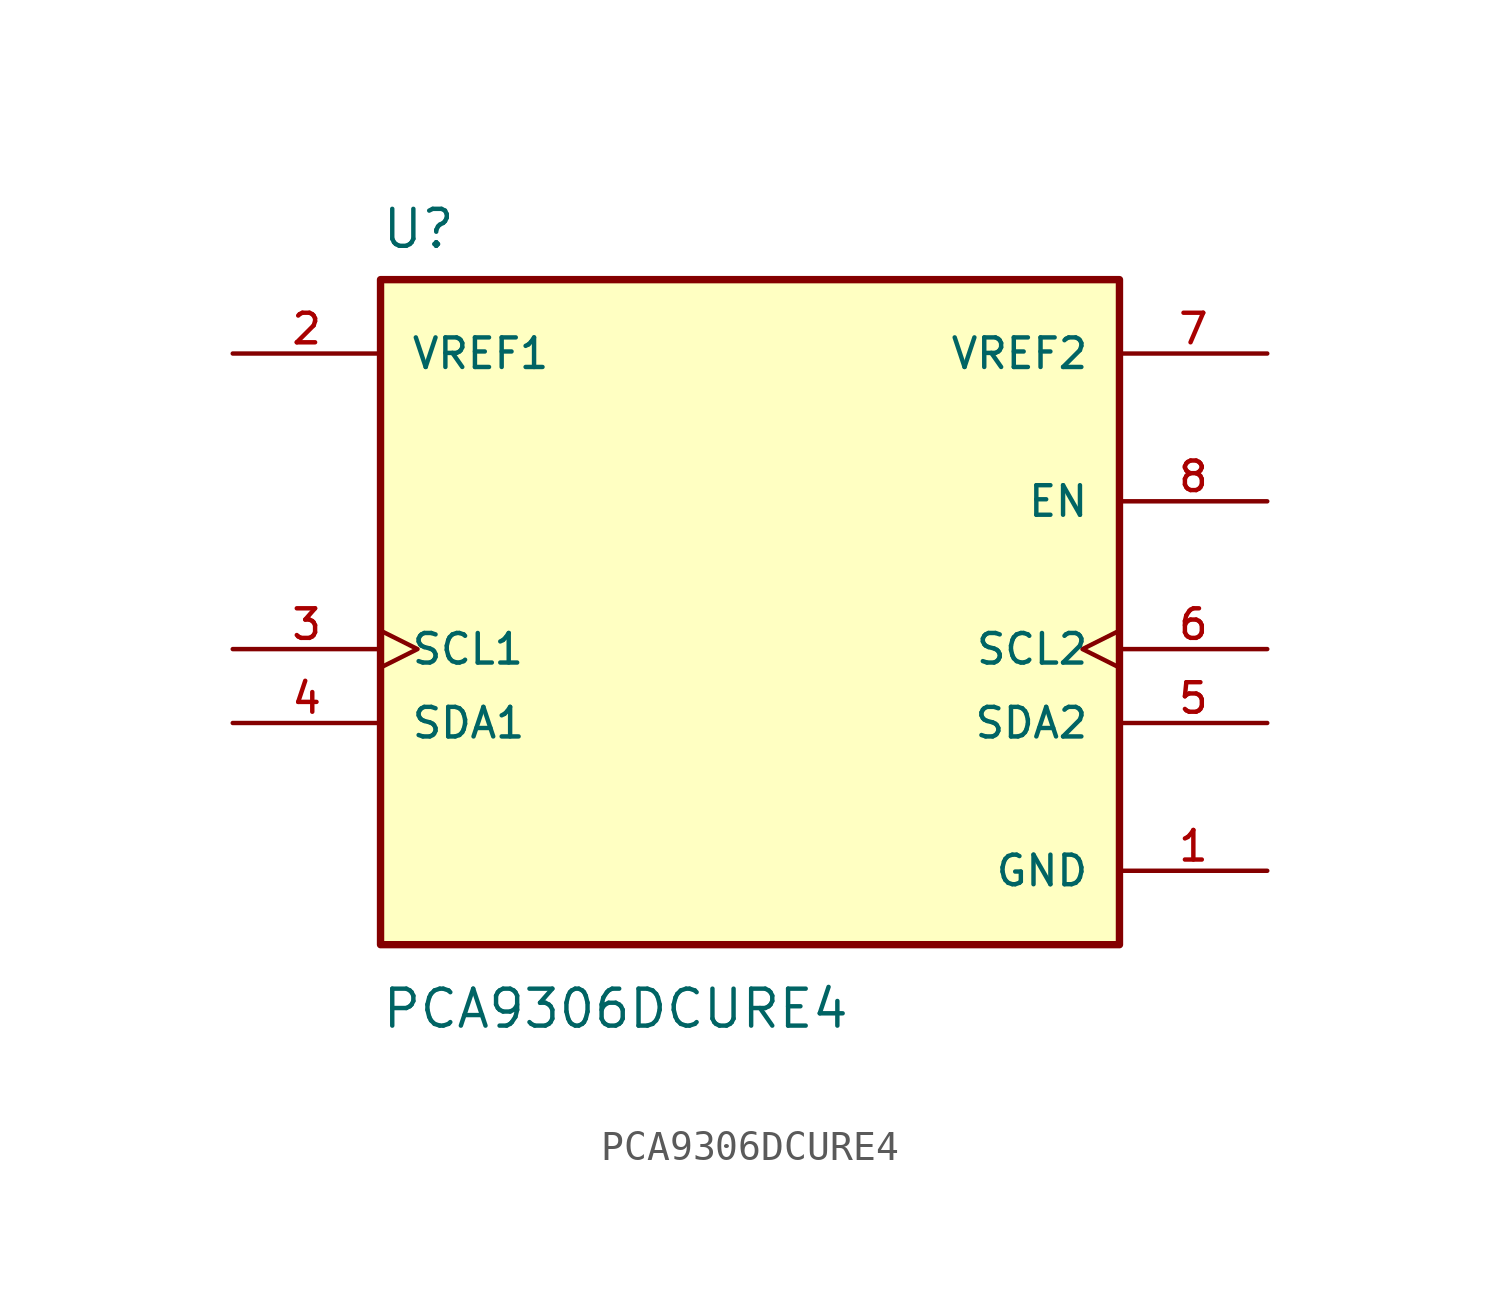
<source format=kicad_sym>
(kicad_symbol_lib
  (version 20211014)
  (generator kicad_symbol_editor)
  (symbol "PCA9306DCURE4"
    (pin_names
      (offset 1.016))
    (property "Reference" "U"
      (at -12.7 11.16 0.0)
      (effects (font (size 1.27 1.27)) (justify bottom left)))
    (property "Value" "PCA9306DCURE4"
      (at -12.7 -14.16 0.0)
      (effects (font (size 1.27 1.27)) (justify top left)))
    (symbol "PCA9306DCURE4_0_0"
      (rectangle (start -12.7 -12.7) (end 12.7 10.16) (stroke (width 0.254)) (fill (type background)))
      (pin bidirectional clock (at -17.78 -2.54 0) (length 5.08) (name "SCL1" (effects (font (size 1.016 1.016)))) (number "3" (effects (font (size 1.016 1.016)))))
      (pin bidirectional clock (at 17.78 -2.54 180.0) (length 5.08) (name "SCL2" (effects (font (size 1.016 1.016)))) (number "6" (effects (font (size 1.016 1.016)))))
      (pin power_in line (at -17.78 7.62 0) (length 5.08) (name "VREF1" (effects (font (size 1.016 1.016)))) (number "2" (effects (font (size 1.016 1.016)))))
      (pin power_in line (at 17.78 7.62 180.0) (length 5.08) (name "VREF2" (effects (font (size 1.016 1.016)))) (number "7" (effects (font (size 1.016 1.016)))))
      (pin input line (at 17.78 2.54 180.0) (length 5.08) (name "EN" (effects (font (size 1.016 1.016)))) (number "8" (effects (font (size 1.016 1.016)))))
      (pin bidirectional line (at -17.78 -5.08 0) (length 5.08) (name "SDA1" (effects (font (size 1.016 1.016)))) (number "4" (effects (font (size 1.016 1.016)))))
      (pin bidirectional line (at 17.78 -5.08 180.0) (length 5.08) (name "SDA2" (effects (font (size 1.016 1.016)))) (number "5" (effects (font (size 1.016 1.016)))))
      (pin power_in line (at 17.78 -10.16 180.0) (length 5.08) (name "GND" (effects (font (size 1.016 1.016)))) (number "1" (effects (font (size 1.016 1.016))))))))
</source>
